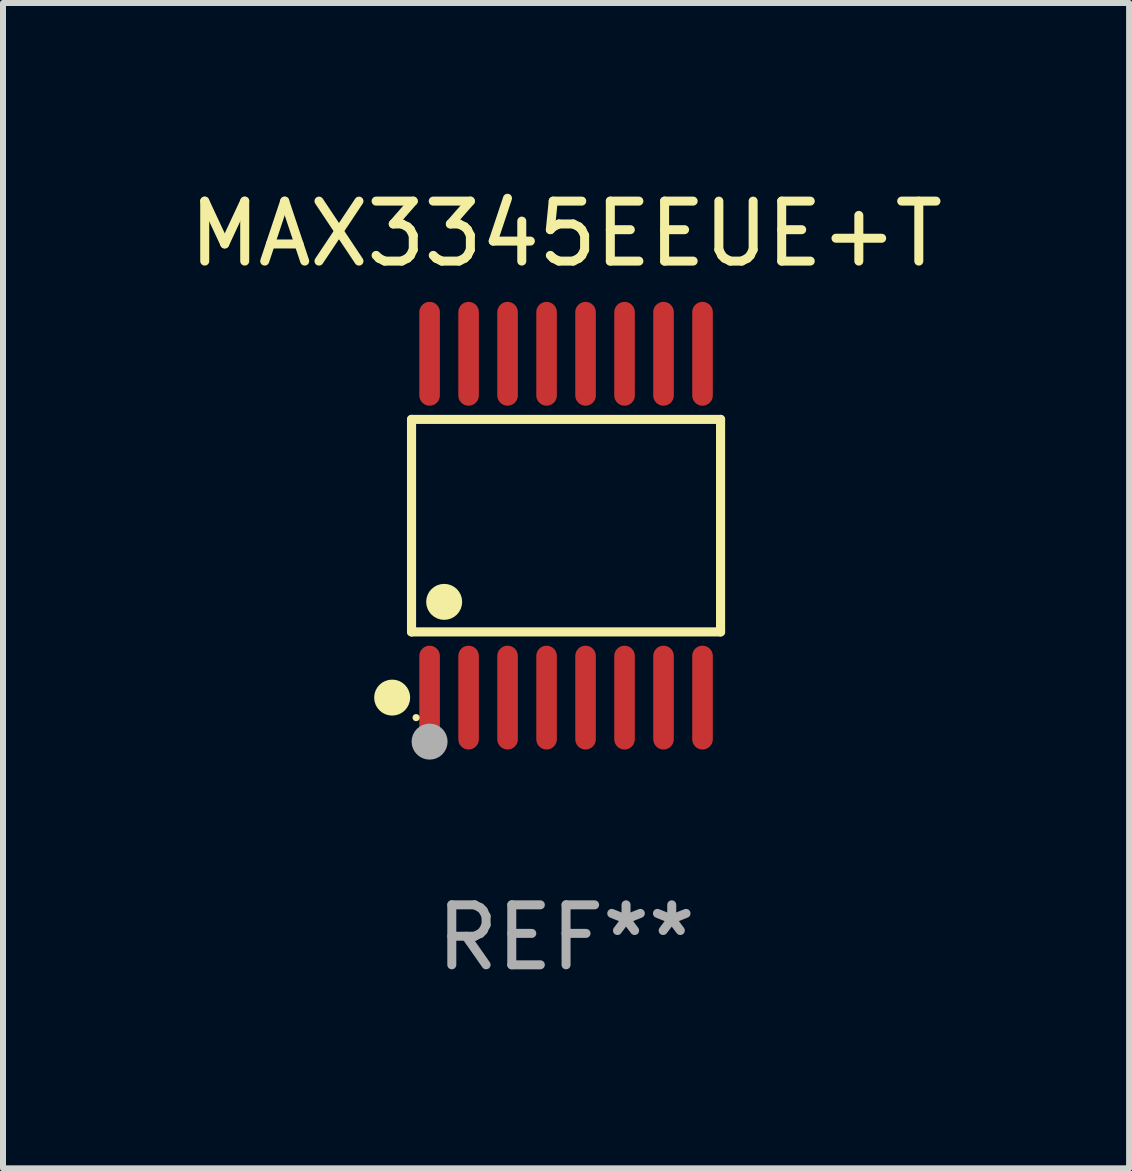
<source format=kicad_pcb>
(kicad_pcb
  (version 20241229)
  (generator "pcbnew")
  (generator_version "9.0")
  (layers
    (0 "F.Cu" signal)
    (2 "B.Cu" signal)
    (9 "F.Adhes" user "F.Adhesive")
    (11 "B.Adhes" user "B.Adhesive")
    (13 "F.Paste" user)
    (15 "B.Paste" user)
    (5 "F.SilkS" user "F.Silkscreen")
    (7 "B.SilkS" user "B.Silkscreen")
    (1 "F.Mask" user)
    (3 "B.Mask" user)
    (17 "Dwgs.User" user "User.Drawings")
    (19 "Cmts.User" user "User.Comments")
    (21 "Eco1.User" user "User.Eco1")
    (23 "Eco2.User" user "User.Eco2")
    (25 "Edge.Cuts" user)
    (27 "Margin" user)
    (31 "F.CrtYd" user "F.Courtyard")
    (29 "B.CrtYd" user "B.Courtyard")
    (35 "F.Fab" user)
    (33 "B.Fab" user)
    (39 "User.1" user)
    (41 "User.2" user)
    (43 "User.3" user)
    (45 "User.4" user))
  (footprint "MAX3345EEUE+T"
    (layer "F.Cu")
    (at 6.387 5.714)
    (property "Reference" "MAX3345EEUE+T" (at 0 -4.866 0) (layer "F.SilkS") (effects (font (size 1 1) (thickness 0.15))))
    (attr through_hole)
    (fp_line (start -2.576 -1.772) (end 2.576 -1.772) (stroke (width 0.152) (type solid)) (layer "F.SilkS"))
    (fp_line (start -2.576 1.771) (end -2.576 -1.772) (stroke (width 0.152) (type solid)) (layer "F.SilkS"))
    (fp_line (start 2.576 -1.772) (end 2.576 1.771) (stroke (width 0.152) (type solid)) (layer "F.SilkS"))
    (fp_line (start 2.576 1.771) (end -2.576 1.771) (stroke (width 0.152) (type solid)) (layer "F.SilkS"))
    (fp_circle (center -2.899 2.866) (end -2.749 2.866) (stroke (width 0.3) (type solid)) (fill no) (layer "F.SilkS"))
    (fp_circle (center -2.5 3.2) (end -2.47 3.2) (stroke (width 0.06) (type solid)) (fill no) (layer "F.SilkS"))
    (fp_circle (center -2.032 1.27) (end -1.882 1.27) (stroke (width 0.3) (type solid)) (fill no) (layer "F.SilkS"))
    (fp_circle (center -2.275 3.6) (end -2.125 3.6) (stroke (width 0.3) (type solid)) (fill no) (layer "F.Fab"))
    (fp_text user "REF**" (at 0 6.866 0) (layer "F.Fab") (effects (font (size 1 1) (thickness 0.15))))
    (pad "1" smd oval (at -2.275 2.866) (size 0.343 1.731) (layers "F.Cu" "F.Mask" "F.Paste"))
    (pad "2" smd oval (at -1.625 2.866) (size 0.343 1.731) (layers "F.Cu" "F.Mask" "F.Paste"))
    (pad "3" smd oval (at -0.975 2.866) (size 0.343 1.731) (layers "F.Cu" "F.Mask" "F.Paste"))
    (pad "4" smd oval (at -0.325 2.866) (size 0.343 1.731) (layers "F.Cu" "F.Mask" "F.Paste"))
    (pad "5" smd oval (at 0.325 2.866) (size 0.343 1.731) (layers "F.Cu" "F.Mask" "F.Paste"))
    (pad "6" smd oval (at 0.975 2.866) (size 0.343 1.731) (layers "F.Cu" "F.Mask" "F.Paste"))
    (pad "7" smd oval (at 1.625 2.866) (size 0.343 1.731) (layers "F.Cu" "F.Mask" "F.Paste"))
    (pad "8" smd oval (at 2.275 2.866) (size 0.343 1.731) (layers "F.Cu" "F.Mask" "F.Paste"))
    (pad "9" smd oval (at 2.275 -2.866) (size 0.343 1.731) (layers "F.Cu" "F.Mask" "F.Paste"))
    (pad "10" smd oval (at 1.625 -2.866) (size 0.343 1.731) (layers "F.Cu" "F.Mask" "F.Paste"))
    (pad "11" smd oval (at 0.975 -2.866) (size 0.343 1.731) (layers "F.Cu" "F.Mask" "F.Paste"))
    (pad "12" smd oval (at 0.325 -2.866) (size 0.343 1.731) (layers "F.Cu" "F.Mask" "F.Paste"))
    (pad "13" smd oval (at -0.325 -2.866) (size 0.343 1.731) (layers "F.Cu" "F.Mask" "F.Paste"))
    (pad "14" smd oval (at -0.975 -2.866) (size 0.343 1.731) (layers "F.Cu" "F.Mask" "F.Paste"))
    (pad "15" smd oval (at -1.625 -2.866) (size 0.343 1.731) (layers "F.Cu" "F.Mask" "F.Paste"))
    (pad "16" smd oval (at -2.275 -2.866) (size 0.343 1.731) (layers "F.Cu" "F.Mask" "F.Paste")))
  (gr_rect
    (start -3 -3)
    (end 15.774 16.428)
    (stroke (width 0.1) (type default))
    (fill no)
    (layer "Edge.Cuts")))
</source>
